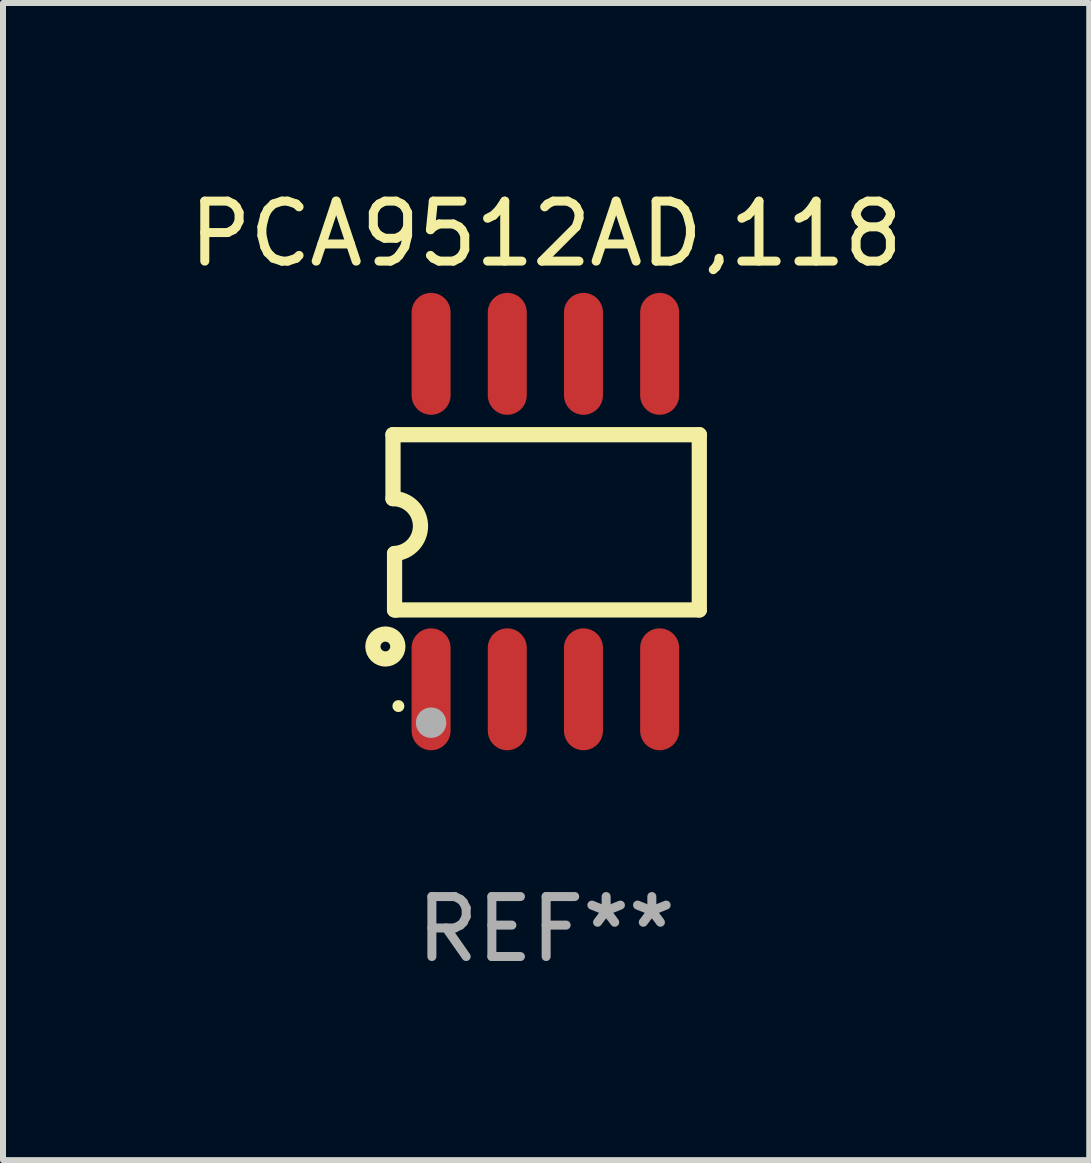
<source format=kicad_pcb>
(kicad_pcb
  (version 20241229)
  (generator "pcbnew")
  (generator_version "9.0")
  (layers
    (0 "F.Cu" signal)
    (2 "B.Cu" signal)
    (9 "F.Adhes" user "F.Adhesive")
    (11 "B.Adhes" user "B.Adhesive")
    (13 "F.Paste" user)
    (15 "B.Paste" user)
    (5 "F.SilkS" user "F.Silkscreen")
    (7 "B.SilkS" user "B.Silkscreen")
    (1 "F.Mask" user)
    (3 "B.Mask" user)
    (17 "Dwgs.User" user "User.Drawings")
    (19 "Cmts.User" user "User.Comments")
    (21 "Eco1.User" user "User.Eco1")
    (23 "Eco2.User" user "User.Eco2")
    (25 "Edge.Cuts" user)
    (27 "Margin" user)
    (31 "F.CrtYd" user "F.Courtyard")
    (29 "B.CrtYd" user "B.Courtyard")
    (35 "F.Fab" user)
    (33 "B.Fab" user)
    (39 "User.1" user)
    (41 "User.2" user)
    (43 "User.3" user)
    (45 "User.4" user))
  (footprint "PCA9512AD,118"
    (layer "F.Cu")
    (at 6.054 5.644)
    (property "Reference" "PCA9512AD,118" (at 0 -4.796 0) (layer "F.SilkS") (effects (font (size 1 1) (thickness 0.15))))
    (attr through_hole)
    (fp_line (start -2.553 -1.448) (end 2.553 -1.448) (stroke (width 0.254) (type solid)) (layer "F.SilkS"))
    (fp_line (start -2.553 -0.382) (end -2.553 -1.448) (stroke (width 0.254) (type solid)) (layer "F.SilkS"))
    (fp_line (start -2.527 1.473) (end -2.527 0.533) (stroke (width 0.254) (type solid)) (layer "F.SilkS"))
    (fp_line (start -2.502 1.473) (end -2.527 1.473) (stroke (width 0.254) (type solid)) (layer "F.SilkS"))
    (fp_line (start 2.553 -1.448) (end 2.553 1.473) (stroke (width 0.254) (type solid)) (layer "F.SilkS"))
    (fp_line (start 2.553 1.473) (end -2.502 1.473) (stroke (width 0.254) (type solid)) (layer "F.SilkS"))
    (fp_arc (start -2.552705 -0.381966) (mid -2.094969 0.063238) (end -2.527305 0.533147) (stroke (width 0.254001) (type solid)) (layer "F.SilkS"))
    (fp_circle (center -2.68 2.083) (end -2.599 2.083) (stroke (width 0.254) (type solid)) (fill no) (layer "F.SilkS"))
    (fp_circle (center -2.463 3.076) (end -2.413 3.076) (stroke (width 0.1) (type solid)) (fill no) (layer "F.SilkS"))
    (fp_circle (center -1.918 3.353) (end -1.791 3.353) (stroke (width 0.254) (type solid)) (fill no) (layer "F.Fab"))
    (fp_text user "REF**" (at 0 6.796 0) (layer "F.Fab") (effects (font (size 1 1) (thickness 0.15))))
    (pad "1" smd oval (at -1.918 2.796) (size 0.65 2.032) (layers "F.Cu" "F.Mask" "F.Paste"))
    (pad "2" smd oval (at -0.648 2.796) (size 0.65 2.032) (layers "F.Cu" "F.Mask" "F.Paste"))
    (pad "3" smd oval (at 0.622 2.796) (size 0.65 2.032) (layers "F.Cu" "F.Mask" "F.Paste"))
    (pad "4" smd oval (at 1.892 2.796) (size 0.65 2.032) (layers "F.Cu" "F.Mask" "F.Paste"))
    (pad "5" smd oval (at 1.892 -2.796) (size 0.65 2.032) (layers "F.Cu" "F.Mask" "F.Paste"))
    (pad "6" smd oval (at 0.622 -2.796) (size 0.65 2.032) (layers "F.Cu" "F.Mask" "F.Paste"))
    (pad "7" smd oval (at -0.648 -2.796) (size 0.65 2.032) (layers "F.Cu" "F.Mask" "F.Paste"))
    (pad "8" smd oval (at -1.918 -2.796) (size 0.65 2.032) (layers "F.Cu" "F.Mask" "F.Paste")))
  (gr_rect
    (start -3 -3)
    (end 15.107 16.289)
    (stroke (width 0.1) (type default))
    (fill no)
    (layer "Edge.Cuts")))
</source>
